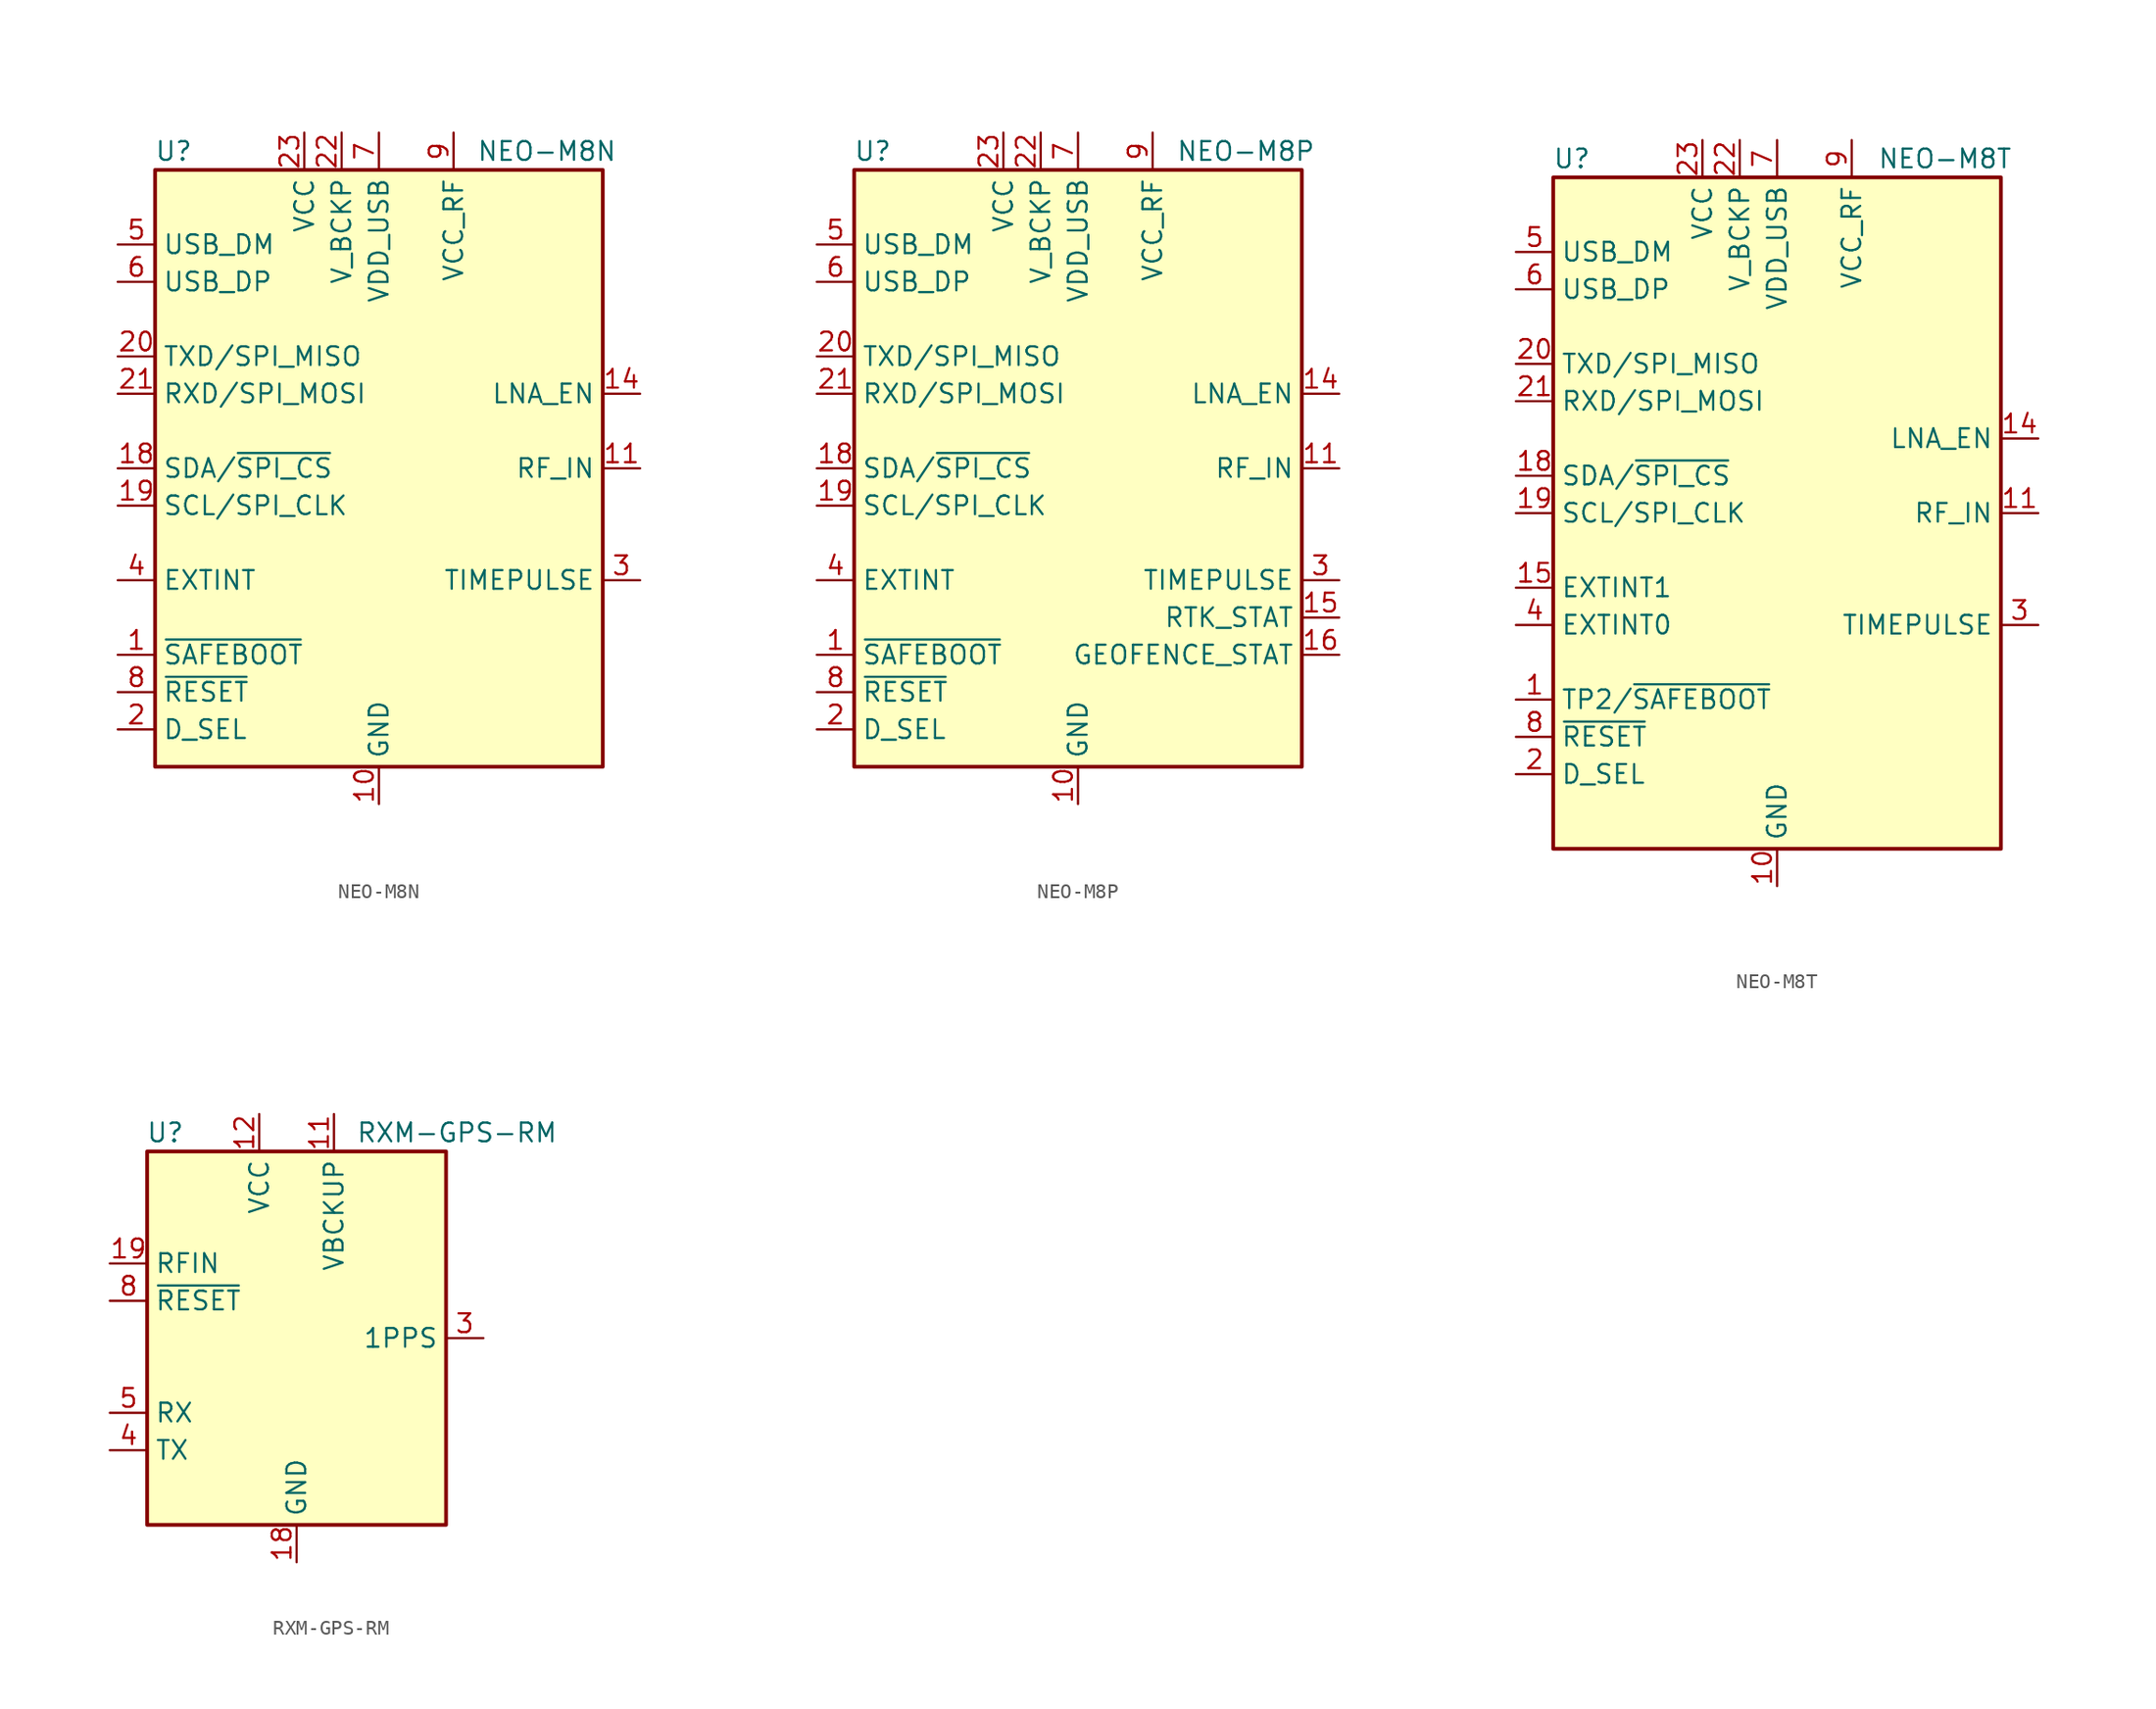
<source format=kicad_sym>
(kicad_symbol_lib
  (version 20211014)
  (generator kicad_symbol_editor)
  (symbol "NEO-M8N"
    (property "Reference" "U"
      (at -13.97 21.59 0)
      (effects (font (size 1.27 1.27))))
    (property "Value" "NEO-M8N"
      (at 11.43 21.59 0)
      (effects (font (size 1.27 1.27))))
    (symbol "NEO-M8N_0_1"
      (rectangle (start -15.24 20.32) (end 15.24 -20.32) (stroke (width 0.254) (type default) (color 0 0 0 0)) (fill (type background))))
    (symbol "NEO-M8N_1_1"
      (pin input line (at -17.78 -12.7 0) (length 2.54) (name "~{SAFEBOOT}" (effects (font (size 1.27 1.27)))) (number "1" (effects (font (size 1.27 1.27)))))
      (pin power_in line (at 0 -22.86 90) (length 2.54) (name "GND" (effects (font (size 1.27 1.27)))) (number "10" (effects (font (size 1.27 1.27)))))
      (pin input line (at 17.78 0 180) (length 2.54) (name "RF_IN" (effects (font (size 1.27 1.27)))) (number "11" (effects (font (size 1.27 1.27)))))
      (pin passive line (at 0 -22.86 90) (length 2.54) hide (name "GND" (effects (font (size 1.27 1.27)))) (number "12" (effects (font (size 1.27 1.27)))))
      (pin passive line (at 0 -22.86 90) (length 2.54) hide (name "GND" (effects (font (size 1.27 1.27)))) (number "13" (effects (font (size 1.27 1.27)))))
      (pin output line (at 17.78 5.08 180) (length 2.54) (name "LNA_EN" (effects (font (size 1.27 1.27)))) (number "14" (effects (font (size 1.27 1.27)))))
      (pin no_connect line (at 15.24 -10.16 180) (length 2.54) hide (name "RESERVED" (effects (font (size 1.27 1.27)))) (number "15" (effects (font (size 1.27 1.27)))))
      (pin no_connect line (at 15.24 -12.7 180) (length 2.54) hide (name "RESERVED" (effects (font (size 1.27 1.27)))) (number "16" (effects (font (size 1.27 1.27)))))
      (pin no_connect line (at 15.24 -15.24 180) (length 2.54) hide (name "RESERVED" (effects (font (size 1.27 1.27)))) (number "17" (effects (font (size 1.27 1.27)))))
      (pin bidirectional line (at -17.78 0 0) (length 2.54) (name "SDA/~{SPI_CS}" (effects (font (size 1.27 1.27)))) (number "18" (effects (font (size 1.27 1.27)))))
      (pin input line (at -17.78 -2.54 0) (length 2.54) (name "SCL/SPI_CLK" (effects (font (size 1.27 1.27)))) (number "19" (effects (font (size 1.27 1.27)))))
      (pin input line (at -17.78 -17.78 0) (length 2.54) (name "D_SEL" (effects (font (size 1.27 1.27)))) (number "2" (effects (font (size 1.27 1.27)))))
      (pin output line (at -17.78 7.62 0) (length 2.54) (name "TXD/SPI_MISO" (effects (font (size 1.27 1.27)))) (number "20" (effects (font (size 1.27 1.27)))))
      (pin input line (at -17.78 5.08 0) (length 2.54) (name "RXD/SPI_MOSI" (effects (font (size 1.27 1.27)))) (number "21" (effects (font (size 1.27 1.27)))))
      (pin power_in line (at -2.54 22.86 270) (length 2.54) (name "V_BCKP" (effects (font (size 1.27 1.27)))) (number "22" (effects (font (size 1.27 1.27)))))
      (pin power_in line (at -5.08 22.86 270) (length 2.54) (name "VCC" (effects (font (size 1.27 1.27)))) (number "23" (effects (font (size 1.27 1.27)))))
      (pin passive line (at 0 -22.86 90) (length 2.54) hide (name "GND" (effects (font (size 1.27 1.27)))) (number "24" (effects (font (size 1.27 1.27)))))
      (pin output line (at 17.78 -7.62 180) (length 2.54) (name "TIMEPULSE" (effects (font (size 1.27 1.27)))) (number "3" (effects (font (size 1.27 1.27)))))
      (pin input line (at -17.78 -7.62 0) (length 2.54) (name "EXTINT" (effects (font (size 1.27 1.27)))) (number "4" (effects (font (size 1.27 1.27)))))
      (pin bidirectional line (at -17.78 15.24 0) (length 2.54) (name "USB_DM" (effects (font (size 1.27 1.27)))) (number "5" (effects (font (size 1.27 1.27)))))
      (pin bidirectional line (at -17.78 12.7 0) (length 2.54) (name "USB_DP" (effects (font (size 1.27 1.27)))) (number "6" (effects (font (size 1.27 1.27)))))
      (pin power_in line (at 0 22.86 270) (length 2.54) (name "VDD_USB" (effects (font (size 1.27 1.27)))) (number "7" (effects (font (size 1.27 1.27)))))
      (pin input line (at -17.78 -15.24 0) (length 2.54) (name "~{RESET}" (effects (font (size 1.27 1.27)))) (number "8" (effects (font (size 1.27 1.27)))))
      (pin power_out line (at 5.08 22.86 270) (length 2.54) (name "VCC_RF" (effects (font (size 1.27 1.27)))) (number "9" (effects (font (size 1.27 1.27)))))))
  (symbol "NEO-M8P"
    (property "Reference" "U"
      (at -13.97 21.59 0)
      (effects (font (size 1.27 1.27))))
    (property "Value" "NEO-M8P"
      (at 11.43 21.59 0)
      (effects (font (size 1.27 1.27))))
    (symbol "NEO-M8P_0_1"
      (rectangle (start -15.24 20.32) (end 15.24 -20.32) (stroke (width 0.254) (type default) (color 0 0 0 0)) (fill (type background))))
    (symbol "NEO-M8P_1_1"
      (pin input line (at -17.78 -12.7 0) (length 2.54) (name "~{SAFEBOOT}" (effects (font (size 1.27 1.27)))) (number "1" (effects (font (size 1.27 1.27)))))
      (pin power_in line (at 0 -22.86 90) (length 2.54) (name "GND" (effects (font (size 1.27 1.27)))) (number "10" (effects (font (size 1.27 1.27)))))
      (pin input line (at 17.78 0 180) (length 2.54) (name "RF_IN" (effects (font (size 1.27 1.27)))) (number "11" (effects (font (size 1.27 1.27)))))
      (pin passive line (at 0 -22.86 90) (length 2.54) hide (name "GND" (effects (font (size 1.27 1.27)))) (number "12" (effects (font (size 1.27 1.27)))))
      (pin passive line (at 0 -22.86 90) (length 2.54) hide (name "GND" (effects (font (size 1.27 1.27)))) (number "13" (effects (font (size 1.27 1.27)))))
      (pin output line (at 17.78 5.08 180) (length 2.54) (name "LNA_EN" (effects (font (size 1.27 1.27)))) (number "14" (effects (font (size 1.27 1.27)))))
      (pin output line (at 17.78 -10.16 180) (length 2.54) (name "RTK_STAT" (effects (font (size 1.27 1.27)))) (number "15" (effects (font (size 1.27 1.27)))))
      (pin output line (at 17.78 -12.7 180) (length 2.54) (name "GEOFENCE_STAT" (effects (font (size 1.27 1.27)))) (number "16" (effects (font (size 1.27 1.27)))))
      (pin no_connect line (at 15.24 -17.78 180) (length 2.54) hide (name "RESERVED" (effects (font (size 1.27 1.27)))) (number "17" (effects (font (size 1.27 1.27)))))
      (pin bidirectional line (at -17.78 0 0) (length 2.54) (name "SDA/~{SPI_CS}" (effects (font (size 1.27 1.27)))) (number "18" (effects (font (size 1.27 1.27)))))
      (pin input line (at -17.78 -2.54 0) (length 2.54) (name "SCL/SPI_CLK" (effects (font (size 1.27 1.27)))) (number "19" (effects (font (size 1.27 1.27)))))
      (pin input line (at -17.78 -17.78 0) (length 2.54) (name "D_SEL" (effects (font (size 1.27 1.27)))) (number "2" (effects (font (size 1.27 1.27)))))
      (pin output line (at -17.78 7.62 0) (length 2.54) (name "TXD/SPI_MISO" (effects (font (size 1.27 1.27)))) (number "20" (effects (font (size 1.27 1.27)))))
      (pin input line (at -17.78 5.08 0) (length 2.54) (name "RXD/SPI_MOSI" (effects (font (size 1.27 1.27)))) (number "21" (effects (font (size 1.27 1.27)))))
      (pin power_in line (at -2.54 22.86 270) (length 2.54) (name "V_BCKP" (effects (font (size 1.27 1.27)))) (number "22" (effects (font (size 1.27 1.27)))))
      (pin power_in line (at -5.08 22.86 270) (length 2.54) (name "VCC" (effects (font (size 1.27 1.27)))) (number "23" (effects (font (size 1.27 1.27)))))
      (pin passive line (at 0 -22.86 90) (length 2.54) hide (name "GND" (effects (font (size 1.27 1.27)))) (number "24" (effects (font (size 1.27 1.27)))))
      (pin output line (at 17.78 -7.62 180) (length 2.54) (name "TIMEPULSE" (effects (font (size 1.27 1.27)))) (number "3" (effects (font (size 1.27 1.27)))))
      (pin input line (at -17.78 -7.62 0) (length 2.54) (name "EXTINT" (effects (font (size 1.27 1.27)))) (number "4" (effects (font (size 1.27 1.27)))))
      (pin bidirectional line (at -17.78 15.24 0) (length 2.54) (name "USB_DM" (effects (font (size 1.27 1.27)))) (number "5" (effects (font (size 1.27 1.27)))))
      (pin bidirectional line (at -17.78 12.7 0) (length 2.54) (name "USB_DP" (effects (font (size 1.27 1.27)))) (number "6" (effects (font (size 1.27 1.27)))))
      (pin power_in line (at 0 22.86 270) (length 2.54) (name "VDD_USB" (effects (font (size 1.27 1.27)))) (number "7" (effects (font (size 1.27 1.27)))))
      (pin input line (at -17.78 -15.24 0) (length 2.54) (name "~{RESET}" (effects (font (size 1.27 1.27)))) (number "8" (effects (font (size 1.27 1.27)))))
      (pin power_out line (at 5.08 22.86 270) (length 2.54) (name "VCC_RF" (effects (font (size 1.27 1.27)))) (number "9" (effects (font (size 1.27 1.27)))))))
  (symbol "NEO-M8T"
    (property "Reference" "U"
      (at -13.97 24.13 0)
      (effects (font (size 1.27 1.27))))
    (property "Value" "NEO-M8T"
      (at 11.43 24.13 0)
      (effects (font (size 1.27 1.27))))
    (symbol "NEO-M8T_0_1"
      (rectangle (start -15.24 22.86) (end 15.24 -22.86) (stroke (width 0.254) (type default) (color 0 0 0 0)) (fill (type background))))
    (symbol "NEO-M8T_1_1"
      (pin bidirectional line (at -17.78 -12.7 0) (length 2.54) (name "TP2/~{SAFEBOOT}" (effects (font (size 1.27 1.27)))) (number "1" (effects (font (size 1.27 1.27)))))
      (pin power_in line (at 0 -25.4 90) (length 2.54) (name "GND" (effects (font (size 1.27 1.27)))) (number "10" (effects (font (size 1.27 1.27)))))
      (pin input line (at 17.78 0 180) (length 2.54) (name "RF_IN" (effects (font (size 1.27 1.27)))) (number "11" (effects (font (size 1.27 1.27)))))
      (pin passive line (at 0 -25.4 90) (length 2.54) hide (name "GND" (effects (font (size 1.27 1.27)))) (number "12" (effects (font (size 1.27 1.27)))))
      (pin passive line (at 0 -25.4 90) (length 2.54) hide (name "GND" (effects (font (size 1.27 1.27)))) (number "13" (effects (font (size 1.27 1.27)))))
      (pin output line (at 17.78 5.08 180) (length 2.54) (name "LNA_EN" (effects (font (size 1.27 1.27)))) (number "14" (effects (font (size 1.27 1.27)))))
      (pin input line (at -17.78 -5.08 0) (length 2.54) (name "EXTINT1" (effects (font (size 1.27 1.27)))) (number "15" (effects (font (size 1.27 1.27)))))
      (pin no_connect line (at 15.24 -10.16 180) (length 2.54) hide (name "RESERVED" (effects (font (size 1.27 1.27)))) (number "16" (effects (font (size 1.27 1.27)))))
      (pin no_connect line (at 15.24 -12.7 180) (length 2.54) hide (name "RESERVED" (effects (font (size 1.27 1.27)))) (number "17" (effects (font (size 1.27 1.27)))))
      (pin bidirectional line (at -17.78 2.54 0) (length 2.54) (name "SDA/~{SPI_CS}" (effects (font (size 1.27 1.27)))) (number "18" (effects (font (size 1.27 1.27)))))
      (pin input line (at -17.78 0 0) (length 2.54) (name "SCL/SPI_CLK" (effects (font (size 1.27 1.27)))) (number "19" (effects (font (size 1.27 1.27)))))
      (pin input line (at -17.78 -17.78 0) (length 2.54) (name "D_SEL" (effects (font (size 1.27 1.27)))) (number "2" (effects (font (size 1.27 1.27)))))
      (pin output line (at -17.78 10.16 0) (length 2.54) (name "TXD/SPI_MISO" (effects (font (size 1.27 1.27)))) (number "20" (effects (font (size 1.27 1.27)))))
      (pin input line (at -17.78 7.62 0) (length 2.54) (name "RXD/SPI_MOSI" (effects (font (size 1.27 1.27)))) (number "21" (effects (font (size 1.27 1.27)))))
      (pin power_in line (at -2.54 25.4 270) (length 2.54) (name "V_BCKP" (effects (font (size 1.27 1.27)))) (number "22" (effects (font (size 1.27 1.27)))))
      (pin power_in line (at -5.08 25.4 270) (length 2.54) (name "VCC" (effects (font (size 1.27 1.27)))) (number "23" (effects (font (size 1.27 1.27)))))
      (pin passive line (at 0 -25.4 90) (length 2.54) hide (name "GND" (effects (font (size 1.27 1.27)))) (number "24" (effects (font (size 1.27 1.27)))))
      (pin output line (at 17.78 -7.62 180) (length 2.54) (name "TIMEPULSE" (effects (font (size 1.27 1.27)))) (number "3" (effects (font (size 1.27 1.27)))))
      (pin input line (at -17.78 -7.62 0) (length 2.54) (name "EXTINT0" (effects (font (size 1.27 1.27)))) (number "4" (effects (font (size 1.27 1.27)))))
      (pin bidirectional line (at -17.78 17.78 0) (length 2.54) (name "USB_DM" (effects (font (size 1.27 1.27)))) (number "5" (effects (font (size 1.27 1.27)))))
      (pin bidirectional line (at -17.78 15.24 0) (length 2.54) (name "USB_DP" (effects (font (size 1.27 1.27)))) (number "6" (effects (font (size 1.27 1.27)))))
      (pin power_in line (at 0 25.4 270) (length 2.54) (name "VDD_USB" (effects (font (size 1.27 1.27)))) (number "7" (effects (font (size 1.27 1.27)))))
      (pin input line (at -17.78 -15.24 0) (length 2.54) (name "~{RESET}" (effects (font (size 1.27 1.27)))) (number "8" (effects (font (size 1.27 1.27)))))
      (pin power_out line (at 5.08 25.4 270) (length 2.54) (name "VCC_RF" (effects (font (size 1.27 1.27)))) (number "9" (effects (font (size 1.27 1.27)))))))
  (symbol "RXM-GPS-RM"
    (property "Reference" "U"
      (at -7.62 13.97 0)
      (effects (font (size 1.27 1.27)) (justify right)))
    (property "Value" "RXM-GPS-RM"
      (at 17.78 13.97 0)
      (effects (font (size 1.27 1.27)) (justify right)))
    (symbol "RXM-GPS-RM_0_1"
      (rectangle (start 10.16 -12.7) (end -10.16 12.7) (stroke (width 0.254) (type default) (color 0 0 0 0)) (fill (type background))))
    (symbol "RXM-GPS-RM_1_1"
      (pin no_connect line (at -10.16 10.16 0) (length 2.54) hide (name "NC" (effects (font (size 1.27 1.27)))) (number "1" (effects (font (size 1.27 1.27)))))
      (pin no_connect line (at 10.16 10.16 180) (length 2.54) hide (name "NC" (effects (font (size 1.27 1.27)))) (number "10" (effects (font (size 1.27 1.27)))))
      (pin power_in line (at 2.54 15.24 270) (length 2.54) (name "VBCKUP" (effects (font (size 1.27 1.27)))) (number "11" (effects (font (size 1.27 1.27)))))
      (pin power_in line (at -2.54 15.24 270) (length 2.54) (name "VCC" (effects (font (size 1.27 1.27)))) (number "12" (effects (font (size 1.27 1.27)))))
      (pin no_connect line (at 10.16 7.62 180) (length 2.54) hide (name "NC" (effects (font (size 1.27 1.27)))) (number "13" (effects (font (size 1.27 1.27)))))
      (pin no_connect line (at 10.16 5.08 180) (length 2.54) hide (name "NC" (effects (font (size 1.27 1.27)))) (number "14" (effects (font (size 1.27 1.27)))))
      (pin no_connect line (at 10.16 2.54 180) (length 2.54) hide (name "NC" (effects (font (size 1.27 1.27)))) (number "15" (effects (font (size 1.27 1.27)))))
      (pin no_connect line (at 10.16 -2.54 180) (length 2.54) hide (name "NC" (effects (font (size 1.27 1.27)))) (number "16" (effects (font (size 1.27 1.27)))))
      (pin power_in line (at 0 -15.24 90) (length 2.54) (name "GND" (effects (font (size 1.27 1.27)))) (number "18" (effects (font (size 1.27 1.27)))))
      (pin input line (at -12.7 5.08 0) (length 2.54) (name "RFIN" (effects (font (size 1.27 1.27)))) (number "19" (effects (font (size 1.27 1.27)))))
      (pin no_connect line (at -10.16 7.62 0) (length 2.54) hide (name "NC" (effects (font (size 1.27 1.27)))) (number "2" (effects (font (size 1.27 1.27)))))
      (pin passive line (at 0 -15.24 90) (length 2.54) hide (name "GND" (effects (font (size 1.27 1.27)))) (number "20" (effects (font (size 1.27 1.27)))))
      (pin passive line (at 0 -15.24 90) (length 2.54) hide (name "GND" (effects (font (size 1.27 1.27)))) (number "21" (effects (font (size 1.27 1.27)))))
      (pin passive line (at 0 -15.24 90) (length 2.54) hide (name "GND" (effects (font (size 1.27 1.27)))) (number "22" (effects (font (size 1.27 1.27)))))
      (pin output line (at 12.7 0 180) (length 2.54) (name "1PPS" (effects (font (size 1.27 1.27)))) (number "3" (effects (font (size 1.27 1.27)))))
      (pin output line (at -12.7 -7.62 0) (length 2.54) (name "TX" (effects (font (size 1.27 1.27)))) (number "4" (effects (font (size 1.27 1.27)))))
      (pin input line (at -12.7 -5.08 0) (length 2.54) (name "RX" (effects (font (size 1.27 1.27)))) (number "5" (effects (font (size 1.27 1.27)))))
      (pin no_connect line (at -10.16 0 0) (length 2.54) hide (name "NC" (effects (font (size 1.27 1.27)))) (number "6" (effects (font (size 1.27 1.27)))))
      (pin no_connect line (at -10.16 -2.54 0) (length 2.54) hide (name "NC" (effects (font (size 1.27 1.27)))) (number "7" (effects (font (size 1.27 1.27)))))
      (pin input line (at -12.7 2.54 0) (length 2.54) (name "~{RESET}" (effects (font (size 1.27 1.27)))) (number "8" (effects (font (size 1.27 1.27)))))
      (pin no_connect line (at -10.16 -10.16 0) (length 2.54) hide (name "NC" (effects (font (size 1.27 1.27)))) (number "9" (effects (font (size 1.27 1.27))))))))
</source>
